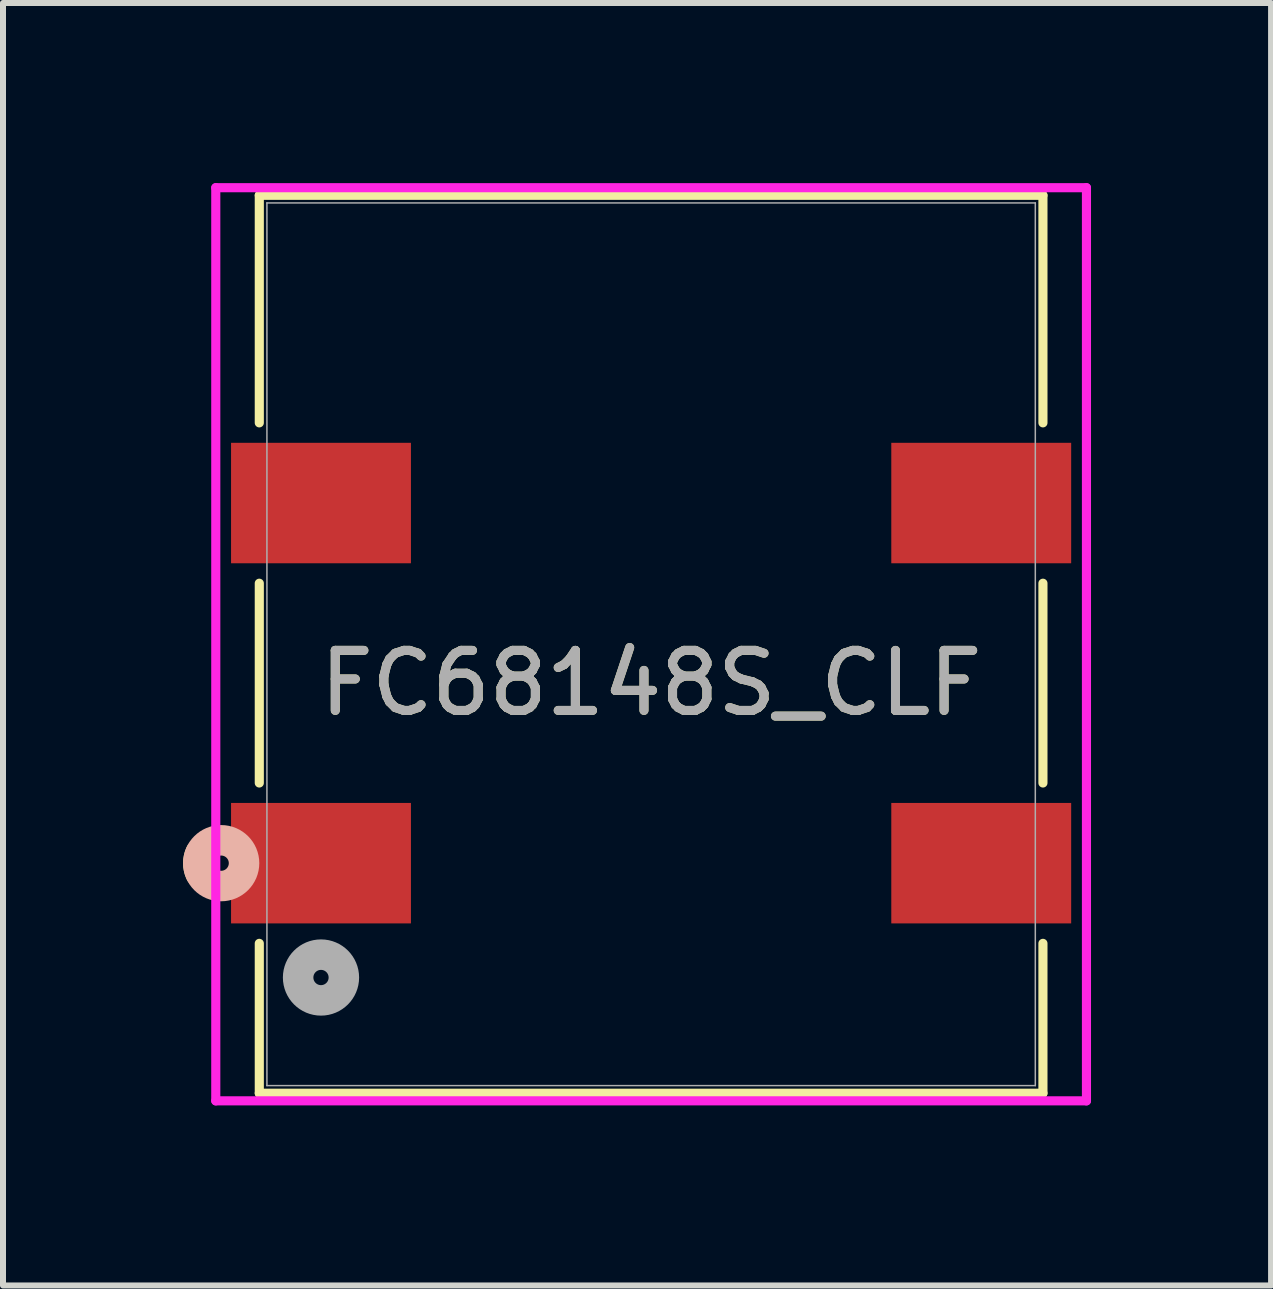
<source format=kicad_pcb>
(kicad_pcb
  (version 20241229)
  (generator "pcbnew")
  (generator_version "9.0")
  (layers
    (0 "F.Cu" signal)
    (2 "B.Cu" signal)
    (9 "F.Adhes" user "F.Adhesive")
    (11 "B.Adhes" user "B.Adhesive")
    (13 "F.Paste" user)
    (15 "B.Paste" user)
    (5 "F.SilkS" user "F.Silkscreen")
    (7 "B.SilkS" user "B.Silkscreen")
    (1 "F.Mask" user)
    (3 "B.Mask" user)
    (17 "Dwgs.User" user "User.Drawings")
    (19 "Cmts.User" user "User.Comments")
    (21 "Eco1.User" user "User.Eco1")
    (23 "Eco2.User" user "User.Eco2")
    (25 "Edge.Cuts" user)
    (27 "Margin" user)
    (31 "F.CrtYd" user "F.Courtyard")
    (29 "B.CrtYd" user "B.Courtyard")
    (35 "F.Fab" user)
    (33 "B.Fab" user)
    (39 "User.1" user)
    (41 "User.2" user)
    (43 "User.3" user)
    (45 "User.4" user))
  (footprint "FC68148S_CLF"
    (layer "F.Cu")
    (at 7.798 7.684)
    (property "Reference" "FC68148S_CLF" (at 0 0.647 0) (unlocked yes) (layer "F.SilkS") (effects (font (size 1 1) (thickness 0.15))))
    (attr smd)
    (fp_line (start -6.528 -7.48) (end -6.528 -3.689) (stroke (width 0.152) (type solid)) (layer "F.SilkS"))
    (fp_line (start -6.528 -1.017) (end -6.528 2.311) (stroke (width 0.152) (type solid)) (layer "F.SilkS"))
    (fp_line (start -6.528 4.983) (end -6.528 7.48) (stroke (width 0.152) (type solid)) (layer "F.SilkS"))
    (fp_line (start -6.528 7.48) (end 6.528 7.48) (stroke (width 0.152) (type solid)) (layer "F.SilkS"))
    (fp_line (start 6.528 -7.48) (end -6.528 -7.48) (stroke (width 0.152) (type solid)) (layer "F.SilkS"))
    (fp_line (start 6.528 -3.689) (end 6.528 -7.48) (stroke (width 0.152) (type solid)) (layer "F.SilkS"))
    (fp_line (start 6.528 2.311) (end 6.528 -1.017) (stroke (width 0.152) (type solid)) (layer "F.SilkS"))
    (fp_line (start 6.528 7.48) (end 6.528 4.983) (stroke (width 0.152) (type solid)) (layer "F.SilkS"))
    (fp_arc (start -7.509139 3.805478) (mid -7.5438 3.646701) (end -7.509139 3.487924) (stroke (width 0.508) (type solid)) (layer "F.SilkS"))
    (fp_circle (center -7.163 3.647) (end -6.782 3.647) (stroke (width 0.508) (type solid)) (fill no) (layer "B.SilkS"))
    (fp_line (start -7.253 -7.607) (end -7.253 7.607) (stroke (width 0.152) (type solid)) (layer "F.CrtYd"))
    (fp_line (start -7.253 7.607) (end 7.253 7.607) (stroke (width 0.152) (type solid)) (layer "F.CrtYd"))
    (fp_line (start 7.253 -7.607) (end -7.253 -7.607) (stroke (width 0.152) (type solid)) (layer "F.CrtYd"))
    (fp_line (start 7.253 7.607) (end 7.253 -7.607) (stroke (width 0.152) (type solid)) (layer "F.CrtYd"))
    (fp_line (start -6.401 -7.353) (end -6.401 7.353) (stroke (width 0.025) (type solid)) (layer "F.Fab"))
    (fp_line (start -6.401 7.353) (end 6.401 7.353) (stroke (width 0.025) (type solid)) (layer "F.Fab"))
    (fp_line (start 6.401 -7.353) (end -6.401 -7.353) (stroke (width 0.025) (type solid)) (layer "F.Fab"))
    (fp_line (start 6.401 7.353) (end 6.401 -7.353) (stroke (width 0.025) (type solid)) (layer "F.Fab"))
    (fp_circle (center -5.5 5.552) (end -5.119 5.552) (stroke (width 0.508) (type solid)) (fill no) (layer "F.Fab"))
    (fp_text user "${REFERENCE}" (at 0 0.647 0) (unlocked yes) (layer "F.Fab") (effects (font (size 1 1) (thickness 0.15))))
    (pad "1" smd rect (at -5.5 3.647) (size 2.997 2.007) (layers "F.Cu" "F.Mask" "F.Paste"))
    (pad "2" smd rect (at -5.5 -2.353) (size 2.997 2.007) (layers "F.Cu" "F.Mask" "F.Paste"))
    (pad "3" smd rect (at 5.5 3.647) (size 2.997 2.007) (layers "F.Cu" "F.Mask" "F.Paste"))
    (pad "4" smd rect (at 5.5 -2.353) (size 2.997 2.007) (layers "F.Cu" "F.Mask" "F.Paste")))
  (gr_rect
    (start -3 -3)
    (end 18.127 18.367)
    (stroke (width 0.1) (type default))
    (fill no)
    (layer "Edge.Cuts")))
</source>
